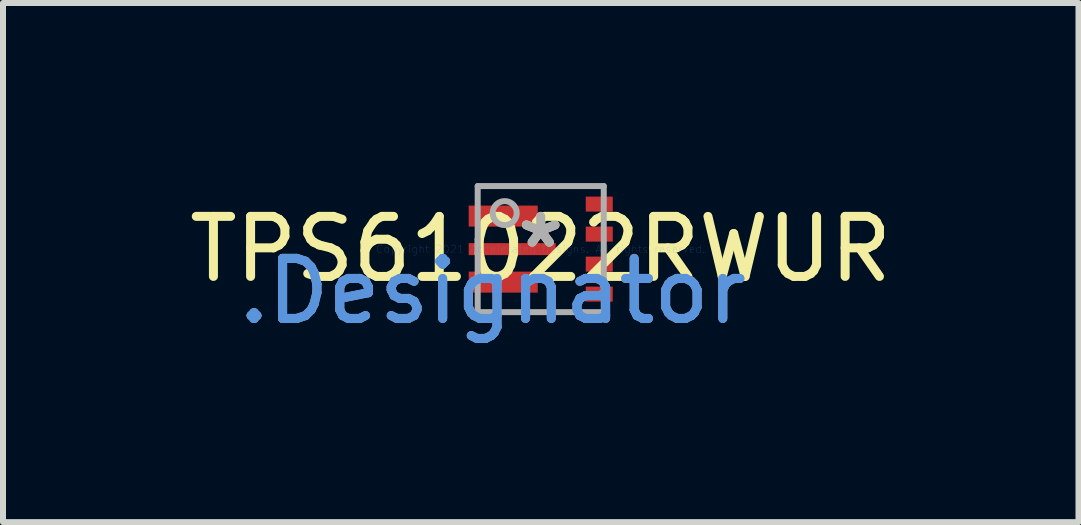
<source format=kicad_pcb>
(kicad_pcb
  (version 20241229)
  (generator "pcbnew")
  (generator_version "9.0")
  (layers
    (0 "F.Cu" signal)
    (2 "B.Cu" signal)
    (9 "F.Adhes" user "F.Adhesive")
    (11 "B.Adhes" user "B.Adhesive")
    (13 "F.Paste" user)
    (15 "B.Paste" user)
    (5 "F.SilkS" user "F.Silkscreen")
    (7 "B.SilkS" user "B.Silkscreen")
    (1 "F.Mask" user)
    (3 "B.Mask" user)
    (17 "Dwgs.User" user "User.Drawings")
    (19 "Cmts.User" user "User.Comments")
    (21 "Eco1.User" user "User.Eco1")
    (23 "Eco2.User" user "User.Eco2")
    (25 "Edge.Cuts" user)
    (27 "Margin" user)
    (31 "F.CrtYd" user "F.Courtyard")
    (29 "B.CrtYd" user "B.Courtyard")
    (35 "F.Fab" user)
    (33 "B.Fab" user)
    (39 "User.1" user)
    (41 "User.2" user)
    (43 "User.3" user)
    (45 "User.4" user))
  (footprint "TPS61022RWUR"
    (layer "F.Cu")
    (at 5.958 1.1)
    (property "Reference" "TPS61022RWUR" (at 0 0 0) (layer "F.SilkS") (effects (font (size 1 1) (thickness 0.15))))
    (attr through_hole)
    (fp_poly (pts (xy -1.2 -0.426) (xy -1.2 -0.674) (xy -1.199 -0.684) (xy -1.196 -0.694) (xy -1.191 -0.702) (xy -1.185 -0.71) (xy -1.177 -0.716) (xy -1.169 -0.721) (xy -1.159 -0.724) (xy -1.149 -0.725) (xy -0.776 -0.725) (xy -0.766 -0.724) (xy -0.756 -0.721) (xy -0.748 -0.716) (xy -0.74 -0.71) (xy -0.734 -0.702) (xy -0.729 -0.694) (xy -0.726 -0.684) (xy -0.725 -0.674) (xy -0.725 -0.426) (xy -0.726 -0.416) (xy -0.729 -0.406) (xy -0.734 -0.398) (xy -0.74 -0.39) (xy -0.748 -0.384) (xy -0.756 -0.379) (xy -0.766 -0.376) (xy -0.776 -0.375) (xy -1.149 -0.375) (xy -1.159 -0.376) (xy -1.169 -0.379) (xy -1.177 -0.384) (xy -1.185 -0.39) (xy -1.191 -0.398) (xy -1.196 -0.406) (xy -1.199 -0.416)) (stroke (width 0.1) (type solid)) (fill yes) (layer "F.Paste"))
    (fp_poly (pts (xy -1.2 0.674) (xy -1.2 0.426) (xy -1.199 0.416) (xy -1.196 0.406) (xy -1.191 0.398) (xy -1.185 0.39) (xy -1.177 0.384) (xy -1.169 0.379) (xy -1.159 0.376) (xy -1.149 0.375) (xy -0.776 0.375) (xy -0.766 0.376) (xy -0.756 0.379) (xy -0.748 0.384) (xy -0.74 0.39) (xy -0.734 0.398) (xy -0.729 0.406) (xy -0.726 0.416) (xy -0.725 0.426) (xy -0.725 0.674) (xy -0.726 0.684) (xy -0.729 0.694) (xy -0.734 0.702) (xy -0.74 0.71) (xy -0.748 0.716) (xy -0.756 0.721) (xy -0.766 0.724) (xy -0.776 0.725) (xy -1.149 0.725) (xy -1.159 0.724) (xy -1.169 0.721) (xy -1.177 0.716) (xy -1.185 0.71) (xy -1.191 0.702) (xy -1.196 0.694) (xy -1.199 0.684)) (stroke (width 0.1) (type solid)) (fill yes) (layer "F.Paste"))
    (fp_poly (pts (xy -0.575 -0.05) (xy -0.575 0.05) (xy -0.576 0.06) (xy -0.579 0.069) (xy -0.583 0.078) (xy -0.59 0.085) (xy -0.597 0.092) (xy -0.606 0.096) (xy -0.615 0.099) (xy -0.625 0.1) (xy -1.15 0.1) (xy -1.16 0.099) (xy -1.169 0.096) (xy -1.178 0.092) (xy -1.185 0.085) (xy -1.192 0.078) (xy -1.196 0.069) (xy -1.199 0.06) (xy -1.2 0.05) (xy -1.2 -0.05) (xy -1.199 -0.06) (xy -1.196 -0.069) (xy -1.192 -0.078) (xy -1.185 -0.085) (xy -1.178 -0.092) (xy -1.169 -0.096) (xy -1.16 -0.099) (xy -1.15 -0.1) (xy -0.625 -0.1) (xy -0.615 -0.099) (xy -0.606 -0.096) (xy -0.597 -0.092) (xy -0.59 -0.085) (xy -0.583 -0.078) (xy -0.579 -0.069) (xy -0.576 -0.06)) (stroke (width 0.1) (type solid)) (fill yes) (layer "F.Paste"))
    (fp_poly (pts (xy -0.525 -0.426) (xy -0.525 -0.674) (xy -0.524 -0.684) (xy -0.521 -0.694) (xy -0.516 -0.702) (xy -0.51 -0.71) (xy -0.502 -0.716) (xy -0.494 -0.721) (xy -0.484 -0.724) (xy -0.474 -0.725) (xy -0.101 -0.725) (xy -0.091 -0.724) (xy -0.081 -0.721) (xy -0.073 -0.716) (xy -0.065 -0.71) (xy -0.059 -0.702) (xy -0.054 -0.694) (xy -0.051 -0.684) (xy -0.05 -0.674) (xy -0.05 -0.426) (xy -0.051 -0.416) (xy -0.054 -0.406) (xy -0.059 -0.398) (xy -0.065 -0.39) (xy -0.073 -0.384) (xy -0.081 -0.379) (xy -0.091 -0.376) (xy -0.101 -0.375) (xy -0.474 -0.375) (xy -0.484 -0.376) (xy -0.494 -0.379) (xy -0.502 -0.384) (xy -0.51 -0.39) (xy -0.516 -0.398) (xy -0.521 -0.406) (xy -0.524 -0.416)) (stroke (width 0.1) (type solid)) (fill yes) (layer "F.Paste"))
    (fp_poly (pts (xy -0.525 0.674) (xy -0.525 0.426) (xy -0.524 0.416) (xy -0.521 0.406) (xy -0.516 0.398) (xy -0.51 0.39) (xy -0.502 0.384) (xy -0.494 0.379) (xy -0.484 0.376) (xy -0.474 0.375) (xy -0.101 0.375) (xy -0.091 0.376) (xy -0.081 0.379) (xy -0.073 0.384) (xy -0.065 0.39) (xy -0.059 0.398) (xy -0.054 0.406) (xy -0.051 0.416) (xy -0.05 0.426) (xy -0.05 0.674) (xy -0.051 0.684) (xy -0.054 0.694) (xy -0.059 0.702) (xy -0.065 0.71) (xy -0.073 0.716) (xy -0.081 0.721) (xy -0.091 0.724) (xy -0.101 0.725) (xy -0.474 0.725) (xy -0.484 0.724) (xy -0.494 0.721) (xy -0.502 0.716) (xy -0.51 0.71) (xy -0.516 0.702) (xy -0.521 0.694) (xy -0.524 0.684)) (stroke (width 0.1) (type solid)) (fill yes) (layer "F.Paste"))
    (fp_poly (pts (xy -0.375 0.05) (xy -0.375 -0.05) (xy -0.374 -0.06) (xy -0.371 -0.069) (xy -0.367 -0.078) (xy -0.36 -0.085) (xy -0.353 -0.092) (xy -0.344 -0.096) (xy -0.335 -0.099) (xy -0.325 -0.1) (xy 0.2 -0.1) (xy 0.21 -0.099) (xy 0.219 -0.096) (xy 0.228 -0.092) (xy 0.235 -0.085) (xy 0.242 -0.078) (xy 0.246 -0.069) (xy 0.249 -0.06) (xy 0.25 -0.05) (xy 0.25 0.05) (xy 0.249 0.06) (xy 0.246 0.069) (xy 0.242 0.078) (xy 0.235 0.085) (xy 0.228 0.092) (xy 0.219 0.096) (xy 0.21 0.099) (xy 0.2 0.1) (xy -0.325 0.1) (xy -0.335 0.099) (xy -0.344 0.096) (xy -0.353 0.092) (xy -0.36 0.085) (xy -0.367 0.078) (xy -0.371 0.069) (xy -0.374 0.06)) (stroke (width 0.1) (type solid)) (fill yes) (layer "F.Paste"))
    (fp_line (start -1.05 -1.05) (end 1.05 -1.05) (stroke (width 0.1) (type solid)) (layer "F.Fab"))
    (fp_line (start -1.05 1.05) (end -1.05 -1.05) (stroke (width 0.1) (type solid)) (layer "F.Fab"))
    (fp_line (start -1.05 1.05) (end 1.05 1.05) (stroke (width 0.1) (type solid)) (layer "F.Fab"))
    (fp_line (start 1.05 1.05) (end 1.05 -1.05) (stroke (width 0.1) (type solid)) (layer "F.Fab"))
    (fp_circle (center -0.6 -0.6) (end -0.4 -0.6) (stroke (width 0.1) (type solid)) (fill no) (layer "F.Fab"))
    (fp_text user "*" (at 0 0 0) (layer "F.SilkS") (effects (font (size 1 1) (thickness 0.15))))
    (fp_text user ".Designator" (at -0.8 0.7 0) (layer "Cmts.User") (effects (font (size 1 1) (thickness 0.15))))
    (fp_text user "Copyright 2021 Accelerated Designs. All rights reserved." (at 0 0 0) (layer "Cmts.User") (effects (font (size 0.127 0.127) (thickness 0.002))))
    (fp_text user "*" (at 0 0 0) (layer "F.Fab") (effects (font (size 1 1) (thickness 0.15))))
    (fp_text user ".Designator" (at -0.8 0.7 0) (layer "F.Fab") (effects (font (size 1 1) (thickness 0.15))))
    (pad "1" smd rect (at -0.625 -0.55) (size 1.15 0.35) (layers "F.Cu" "F.Mask"))
    (pad "2" smd rect (at -0.475 0) (size 1.45 0.2) (layers "F.Cu" "F.Mask"))
    (pad "3" smd rect (at -0.625 0.55) (size 1.15 0.35) (layers "F.Cu" "F.Mask"))
    (pad "4" smd rect (at 0.975 0.75) (size 0.45 0.25) (layers "F.Cu" "F.Mask" "F.Paste"))
    (pad "5" smd rect (at 0.975 0.25) (size 0.45 0.25) (layers "F.Cu" "F.Mask" "F.Paste"))
    (pad "6" smd rect (at 0.975 -0.25) (size 0.45 0.25) (layers "F.Cu" "F.Mask" "F.Paste"))
    (pad "7" smd rect (at 0.975 -0.75) (size 0.45 0.25) (layers "F.Cu" "F.Mask" "F.Paste")))
  (gr_rect
    (start -3 -3)
    (end 14.917 5.648)
    (stroke (width 0.1) (type default))
    (fill no)
    (layer "Edge.Cuts")))
</source>
